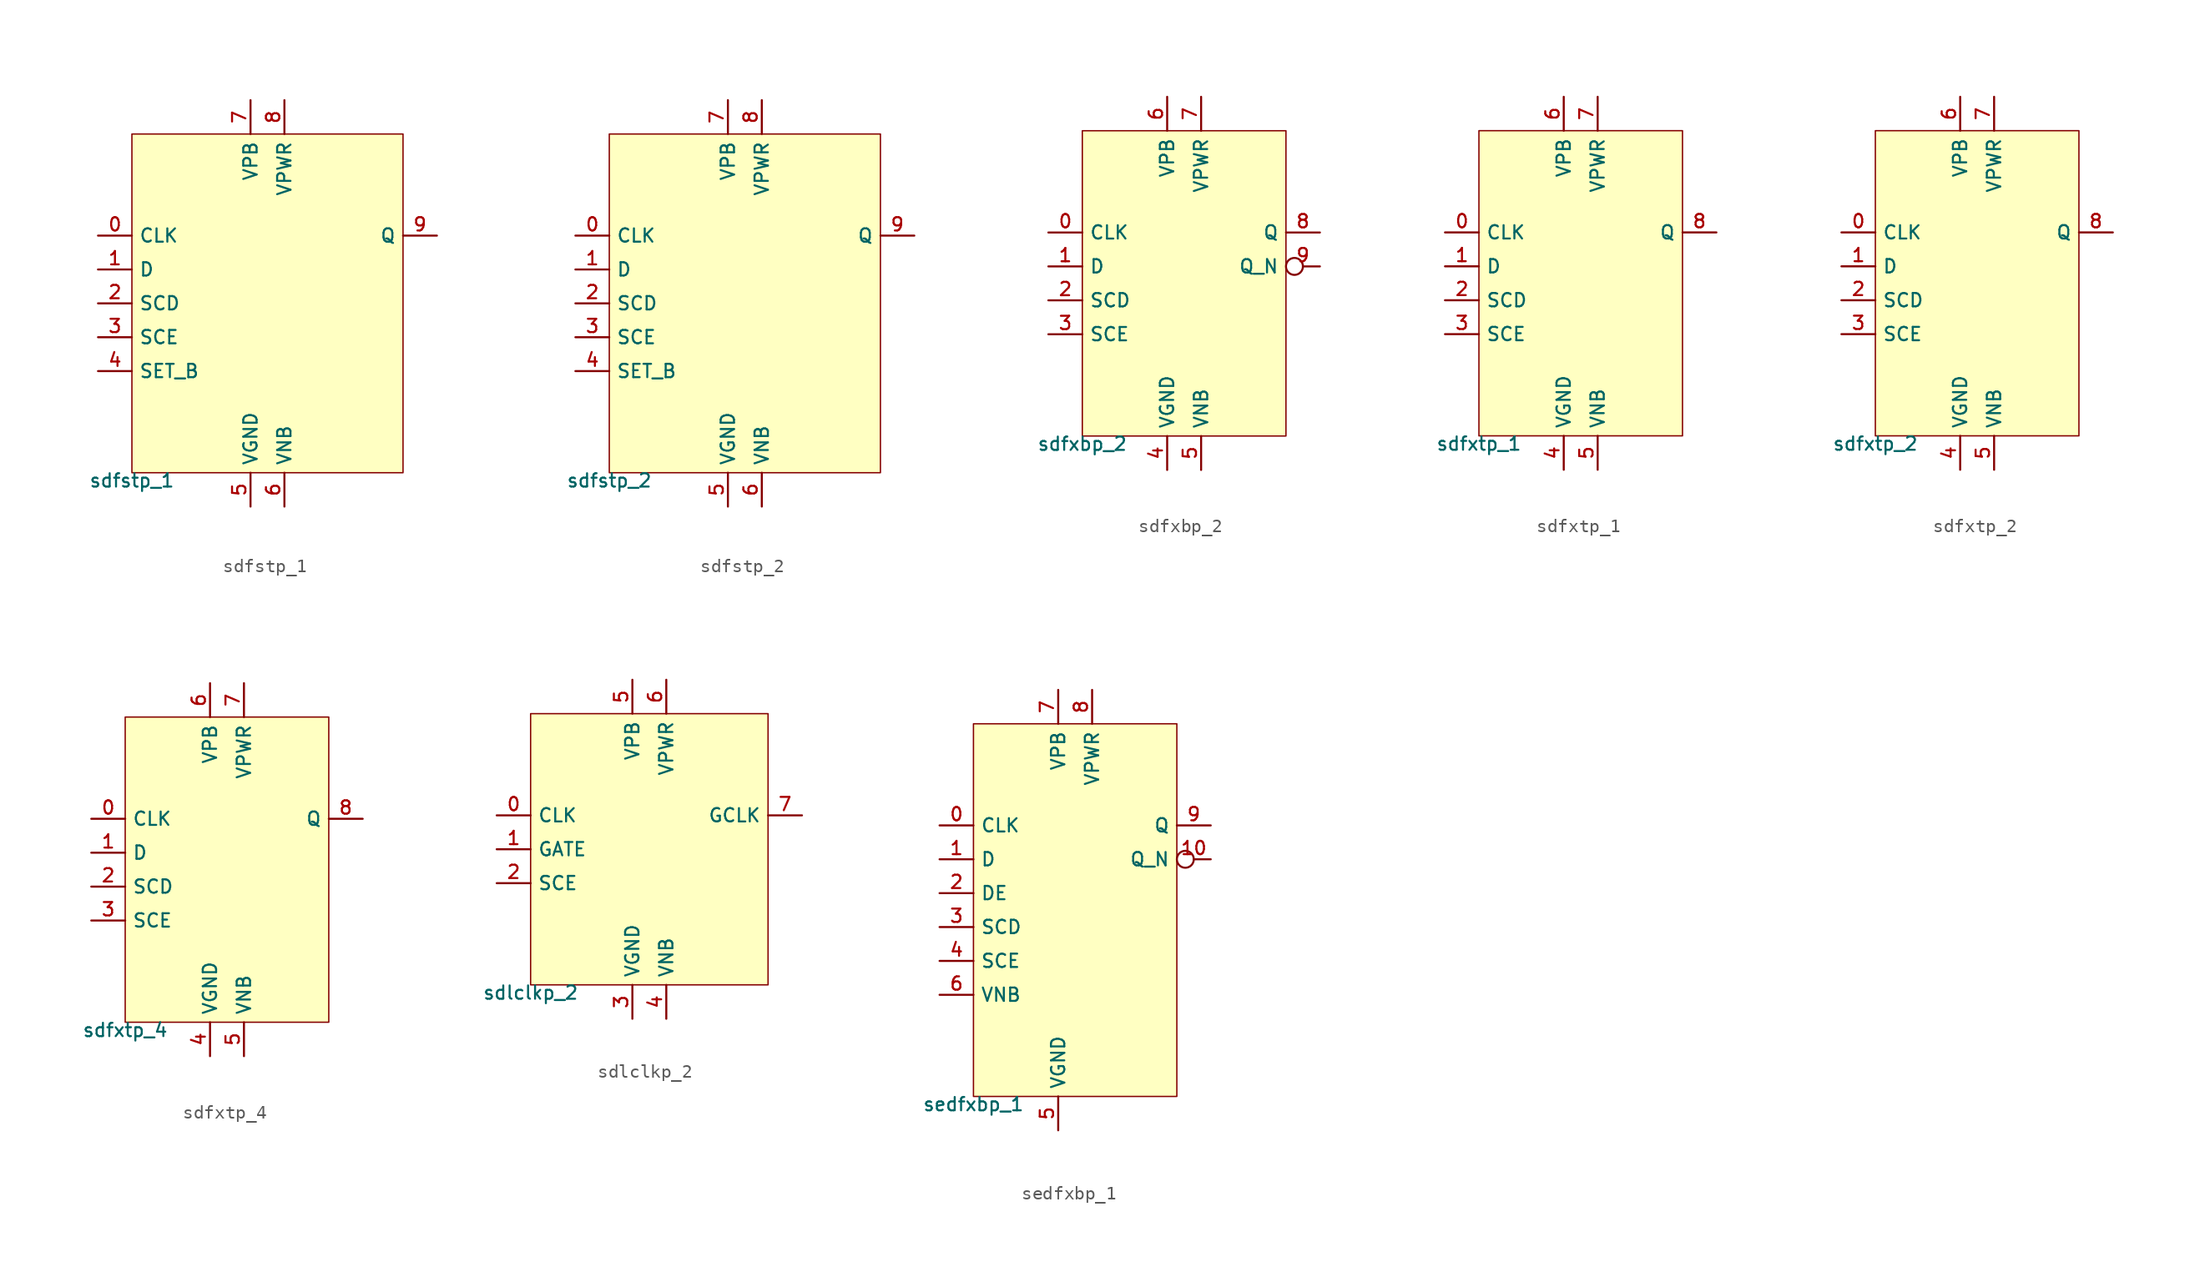
<source format=kicad_sym>
(kicad_symbol_lib
  (version 20211014)
  (generator lef2kicad_sym)
  (symbol "sdfstp_1"
    (property "Reference" "CELL"
      (at 0 0 0)
      (effects (font (size 1 1)) hide))
    (property "Value" "sdfstp_1"
      (at -10.16 -12.7 0)
      (effects (font (size 1 1)) (justify top)))
    (rectangle
      (start -10.16 -12.7)
      (end 10.16 12.7)
      (stroke (width 0.1) (type solid) (color 0 0 0 0))
      (fill (type background)))
    (pin input line
      (at -12.7 5.08 0)
      (length 2.54)
      (name "CLK" (effects (font (size 1 1)) hide))
      (number "0" (effects (font (size 1 1)) hide)))
    (pin input line
      (at -12.7 2.54 0)
      (length 2.54)
      (name "D" (effects (font (size 1 1)) hide))
      (number "1" (effects (font (size 1 1)) hide)))
    (pin input line
      (at -12.7 -8.881784197001252e-16 0)
      (length 2.54)
      (name "SCD" (effects (font (size 1 1)) hide))
      (number "2" (effects (font (size 1 1)) hide)))
    (pin input line
      (at -12.7 -2.54 0)
      (length 2.54)
      (name "SCE" (effects (font (size 1 1)) hide))
      (number "3" (effects (font (size 1 1)) hide)))
    (pin input line
      (at -12.7 -5.08 0)
      (length 2.54)
      (name "SET_B" (effects (font (size 1 1)) hide))
      (number "4" (effects (font (size 1 1)) hide)))
    (pin power_in line
      (at -1.27 -15.24 90)
      (length 2.54)
      (name "VGND" (effects (font (size 1 1)) hide))
      (number "5" (effects (font (size 1 1)) hide)))
    (pin power_in line
      (at 1.27 -15.24 90)
      (length 2.54)
      (name "VNB" (effects (font (size 1 1)) hide))
      (number "6" (effects (font (size 1 1)) hide)))
    (pin power_in line
      (at -1.27 15.24 270)
      (length 2.54)
      (name "VPB" (effects (font (size 1 1)) hide))
      (number "7" (effects (font (size 1 1)) hide)))
    (pin power_in line
      (at 1.27 15.24 270)
      (length 2.54)
      (name "VPWR" (effects (font (size 1 1)) hide))
      (number "8" (effects (font (size 1 1)) hide)))
    (pin output line
      (at 12.7 5.08 180)
      (length 2.54)
      (name "Q" (effects (font (size 1 1)) hide))
      (number "9" (effects (font (size 1 1)) hide))))
  (symbol "sdfstp_2"
    (property "Reference" "CELL"
      (at 0 0 0)
      (effects (font (size 1 1)) hide))
    (property "Value" "sdfstp_2"
      (at -10.16 -12.7 0)
      (effects (font (size 1 1)) (justify top)))
    (rectangle
      (start -10.16 -12.7)
      (end 10.16 12.7)
      (stroke (width 0.1) (type solid) (color 0 0 0 0))
      (fill (type background)))
    (pin input line
      (at -12.7 5.08 0)
      (length 2.54)
      (name "CLK" (effects (font (size 1 1)) hide))
      (number "0" (effects (font (size 1 1)) hide)))
    (pin input line
      (at -12.7 2.54 0)
      (length 2.54)
      (name "D" (effects (font (size 1 1)) hide))
      (number "1" (effects (font (size 1 1)) hide)))
    (pin input line
      (at -12.7 -8.881784197001252e-16 0)
      (length 2.54)
      (name "SCD" (effects (font (size 1 1)) hide))
      (number "2" (effects (font (size 1 1)) hide)))
    (pin input line
      (at -12.7 -2.54 0)
      (length 2.54)
      (name "SCE" (effects (font (size 1 1)) hide))
      (number "3" (effects (font (size 1 1)) hide)))
    (pin input line
      (at -12.7 -5.08 0)
      (length 2.54)
      (name "SET_B" (effects (font (size 1 1)) hide))
      (number "4" (effects (font (size 1 1)) hide)))
    (pin power_in line
      (at -1.27 -15.24 90)
      (length 2.54)
      (name "VGND" (effects (font (size 1 1)) hide))
      (number "5" (effects (font (size 1 1)) hide)))
    (pin power_in line
      (at 1.27 -15.24 90)
      (length 2.54)
      (name "VNB" (effects (font (size 1 1)) hide))
      (number "6" (effects (font (size 1 1)) hide)))
    (pin power_in line
      (at -1.27 15.24 270)
      (length 2.54)
      (name "VPB" (effects (font (size 1 1)) hide))
      (number "7" (effects (font (size 1 1)) hide)))
    (pin power_in line
      (at 1.27 15.24 270)
      (length 2.54)
      (name "VPWR" (effects (font (size 1 1)) hide))
      (number "8" (effects (font (size 1 1)) hide)))
    (pin output line
      (at 12.7 5.08 180)
      (length 2.54)
      (name "Q" (effects (font (size 1 1)) hide))
      (number "9" (effects (font (size 1 1)) hide))))
  (symbol "sdfxbp_2"
    (property "Reference" "CELL"
      (at 0 0 0)
      (effects (font (size 1 1)) hide))
    (property "Value" "sdfxbp_2"
      (at -7.62 -11.43 0)
      (effects (font (size 1 1)) (justify top)))
    (rectangle
      (start -7.62 -11.43)
      (end 7.62 11.43)
      (stroke (width 0.1) (type solid) (color 0 0 0 0))
      (fill (type background)))
    (pin input line
      (at -10.16 3.81 0)
      (length 2.54)
      (name "CLK" (effects (font (size 1 1)) hide))
      (number "0" (effects (font (size 1 1)) hide)))
    (pin input line
      (at -10.16 1.27 0)
      (length 2.54)
      (name "D" (effects (font (size 1 1)) hide))
      (number "1" (effects (font (size 1 1)) hide)))
    (pin input line
      (at -10.16 -1.27 0)
      (length 2.54)
      (name "SCD" (effects (font (size 1 1)) hide))
      (number "2" (effects (font (size 1 1)) hide)))
    (pin input line
      (at -10.16 -3.81 0)
      (length 2.54)
      (name "SCE" (effects (font (size 1 1)) hide))
      (number "3" (effects (font (size 1 1)) hide)))
    (pin power_in line
      (at -1.27 -13.97 90)
      (length 2.54)
      (name "VGND" (effects (font (size 1 1)) hide))
      (number "4" (effects (font (size 1 1)) hide)))
    (pin power_in line
      (at 1.27 -13.97 90)
      (length 2.54)
      (name "VNB" (effects (font (size 1 1)) hide))
      (number "5" (effects (font (size 1 1)) hide)))
    (pin power_in line
      (at -1.27 13.97 270)
      (length 2.54)
      (name "VPB" (effects (font (size 1 1)) hide))
      (number "6" (effects (font (size 1 1)) hide)))
    (pin power_in line
      (at 1.27 13.97 270)
      (length 2.54)
      (name "VPWR" (effects (font (size 1 1)) hide))
      (number "7" (effects (font (size 1 1)) hide)))
    (pin output line
      (at 10.16 3.81 180)
      (length 2.54)
      (name "Q" (effects (font (size 1 1)) hide))
      (number "8" (effects (font (size 1 1)) hide)))
    (pin output inverted
      (at 10.16 1.27 180)
      (length 2.54)
      (name "Q_N" (effects (font (size 1 1)) hide))
      (number "9" (effects (font (size 1 1)) hide))))
  (symbol "sdfxtp_1"
    (property "Reference" "CELL"
      (at 0 0 0)
      (effects (font (size 1 1)) hide))
    (property "Value" "sdfxtp_1"
      (at -7.62 -11.43 0)
      (effects (font (size 1 1)) (justify top)))
    (rectangle
      (start -7.62 -11.43)
      (end 7.62 11.43)
      (stroke (width 0.1) (type solid) (color 0 0 0 0))
      (fill (type background)))
    (pin input line
      (at -10.16 3.81 0)
      (length 2.54)
      (name "CLK" (effects (font (size 1 1)) hide))
      (number "0" (effects (font (size 1 1)) hide)))
    (pin input line
      (at -10.16 1.27 0)
      (length 2.54)
      (name "D" (effects (font (size 1 1)) hide))
      (number "1" (effects (font (size 1 1)) hide)))
    (pin input line
      (at -10.16 -1.27 0)
      (length 2.54)
      (name "SCD" (effects (font (size 1 1)) hide))
      (number "2" (effects (font (size 1 1)) hide)))
    (pin input line
      (at -10.16 -3.81 0)
      (length 2.54)
      (name "SCE" (effects (font (size 1 1)) hide))
      (number "3" (effects (font (size 1 1)) hide)))
    (pin power_in line
      (at -1.27 -13.97 90)
      (length 2.54)
      (name "VGND" (effects (font (size 1 1)) hide))
      (number "4" (effects (font (size 1 1)) hide)))
    (pin power_in line
      (at 1.27 -13.97 90)
      (length 2.54)
      (name "VNB" (effects (font (size 1 1)) hide))
      (number "5" (effects (font (size 1 1)) hide)))
    (pin power_in line
      (at -1.27 13.97 270)
      (length 2.54)
      (name "VPB" (effects (font (size 1 1)) hide))
      (number "6" (effects (font (size 1 1)) hide)))
    (pin power_in line
      (at 1.27 13.97 270)
      (length 2.54)
      (name "VPWR" (effects (font (size 1 1)) hide))
      (number "7" (effects (font (size 1 1)) hide)))
    (pin output line
      (at 10.16 3.81 180)
      (length 2.54)
      (name "Q" (effects (font (size 1 1)) hide))
      (number "8" (effects (font (size 1 1)) hide))))
  (symbol "sdfxtp_2"
    (property "Reference" "CELL"
      (at 0 0 0)
      (effects (font (size 1 1)) hide))
    (property "Value" "sdfxtp_2"
      (at -7.62 -11.43 0)
      (effects (font (size 1 1)) (justify top)))
    (rectangle
      (start -7.62 -11.43)
      (end 7.62 11.43)
      (stroke (width 0.1) (type solid) (color 0 0 0 0))
      (fill (type background)))
    (pin input line
      (at -10.16 3.81 0)
      (length 2.54)
      (name "CLK" (effects (font (size 1 1)) hide))
      (number "0" (effects (font (size 1 1)) hide)))
    (pin input line
      (at -10.16 1.27 0)
      (length 2.54)
      (name "D" (effects (font (size 1 1)) hide))
      (number "1" (effects (font (size 1 1)) hide)))
    (pin input line
      (at -10.16 -1.27 0)
      (length 2.54)
      (name "SCD" (effects (font (size 1 1)) hide))
      (number "2" (effects (font (size 1 1)) hide)))
    (pin input line
      (at -10.16 -3.81 0)
      (length 2.54)
      (name "SCE" (effects (font (size 1 1)) hide))
      (number "3" (effects (font (size 1 1)) hide)))
    (pin power_in line
      (at -1.27 -13.97 90)
      (length 2.54)
      (name "VGND" (effects (font (size 1 1)) hide))
      (number "4" (effects (font (size 1 1)) hide)))
    (pin power_in line
      (at 1.27 -13.97 90)
      (length 2.54)
      (name "VNB" (effects (font (size 1 1)) hide))
      (number "5" (effects (font (size 1 1)) hide)))
    (pin power_in line
      (at -1.27 13.97 270)
      (length 2.54)
      (name "VPB" (effects (font (size 1 1)) hide))
      (number "6" (effects (font (size 1 1)) hide)))
    (pin power_in line
      (at 1.27 13.97 270)
      (length 2.54)
      (name "VPWR" (effects (font (size 1 1)) hide))
      (number "7" (effects (font (size 1 1)) hide)))
    (pin output line
      (at 10.16 3.81 180)
      (length 2.54)
      (name "Q" (effects (font (size 1 1)) hide))
      (number "8" (effects (font (size 1 1)) hide))))
  (symbol "sdfxtp_4"
    (property "Reference" "CELL"
      (at 0 0 0)
      (effects (font (size 1 1)) hide))
    (property "Value" "sdfxtp_4"
      (at -7.62 -11.43 0)
      (effects (font (size 1 1)) (justify top)))
    (rectangle
      (start -7.62 -11.43)
      (end 7.62 11.43)
      (stroke (width 0.1) (type solid) (color 0 0 0 0))
      (fill (type background)))
    (pin input line
      (at -10.16 3.81 0)
      (length 2.54)
      (name "CLK" (effects (font (size 1 1)) hide))
      (number "0" (effects (font (size 1 1)) hide)))
    (pin input line
      (at -10.16 1.27 0)
      (length 2.54)
      (name "D" (effects (font (size 1 1)) hide))
      (number "1" (effects (font (size 1 1)) hide)))
    (pin input line
      (at -10.16 -1.27 0)
      (length 2.54)
      (name "SCD" (effects (font (size 1 1)) hide))
      (number "2" (effects (font (size 1 1)) hide)))
    (pin input line
      (at -10.16 -3.81 0)
      (length 2.54)
      (name "SCE" (effects (font (size 1 1)) hide))
      (number "3" (effects (font (size 1 1)) hide)))
    (pin power_in line
      (at -1.27 -13.97 90)
      (length 2.54)
      (name "VGND" (effects (font (size 1 1)) hide))
      (number "4" (effects (font (size 1 1)) hide)))
    (pin power_in line
      (at 1.27 -13.97 90)
      (length 2.54)
      (name "VNB" (effects (font (size 1 1)) hide))
      (number "5" (effects (font (size 1 1)) hide)))
    (pin power_in line
      (at -1.27 13.97 270)
      (length 2.54)
      (name "VPB" (effects (font (size 1 1)) hide))
      (number "6" (effects (font (size 1 1)) hide)))
    (pin power_in line
      (at 1.27 13.97 270)
      (length 2.54)
      (name "VPWR" (effects (font (size 1 1)) hide))
      (number "7" (effects (font (size 1 1)) hide)))
    (pin output line
      (at 10.16 3.81 180)
      (length 2.54)
      (name "Q" (effects (font (size 1 1)) hide))
      (number "8" (effects (font (size 1 1)) hide))))
  (symbol "sdlclkp_2"
    (property "Reference" "CELL"
      (at 0 0 0)
      (effects (font (size 1 1)) hide))
    (property "Value" "sdlclkp_2"
      (at -8.89 -10.16 0)
      (effects (font (size 1 1)) (justify top)))
    (rectangle
      (start -8.89 -10.16)
      (end 8.89 10.16)
      (stroke (width 0.1) (type solid) (color 0 0 0 0))
      (fill (type background)))
    (pin input line
      (at -11.43 2.54 0)
      (length 2.54)
      (name "CLK" (effects (font (size 1 1)) hide))
      (number "0" (effects (font (size 1 1)) hide)))
    (pin input line
      (at -11.43 0.0 0)
      (length 2.54)
      (name "GATE" (effects (font (size 1 1)) hide))
      (number "1" (effects (font (size 1 1)) hide)))
    (pin input line
      (at -11.43 -2.54 0)
      (length 2.54)
      (name "SCE" (effects (font (size 1 1)) hide))
      (number "2" (effects (font (size 1 1)) hide)))
    (pin power_in line
      (at -1.27 -12.7 90)
      (length 2.54)
      (name "VGND" (effects (font (size 1 1)) hide))
      (number "3" (effects (font (size 1 1)) hide)))
    (pin power_in line
      (at 1.27 -12.7 90)
      (length 2.54)
      (name "VNB" (effects (font (size 1 1)) hide))
      (number "4" (effects (font (size 1 1)) hide)))
    (pin power_in line
      (at -1.27 12.7 270)
      (length 2.54)
      (name "VPB" (effects (font (size 1 1)) hide))
      (number "5" (effects (font (size 1 1)) hide)))
    (pin power_in line
      (at 1.27 12.7 270)
      (length 2.54)
      (name "VPWR" (effects (font (size 1 1)) hide))
      (number "6" (effects (font (size 1 1)) hide)))
    (pin output line
      (at 11.43 2.54 180)
      (length 2.54)
      (name "GCLK" (effects (font (size 1 1)) hide))
      (number "7" (effects (font (size 1 1)) hide))))
  (symbol "sedfxbp_1"
    (property "Reference" "CELL"
      (at 0 0 0)
      (effects (font (size 1 1)) hide))
    (property "Value" "sedfxbp_1"
      (at -7.62 -13.97 0)
      (effects (font (size 1 1)) (justify top)))
    (rectangle
      (start -7.62 -13.97)
      (end 7.62 13.97)
      (stroke (width 0.1) (type solid) (color 0 0 0 0))
      (fill (type background)))
    (pin input line
      (at -10.16 6.35 0)
      (length 2.54)
      (name "CLK" (effects (font (size 1 1)) hide))
      (number "0" (effects (font (size 1 1)) hide)))
    (pin input line
      (at -10.16 3.81 0)
      (length 2.54)
      (name "D" (effects (font (size 1 1)) hide))
      (number "1" (effects (font (size 1 1)) hide)))
    (pin input line
      (at -10.16 1.27 0)
      (length 2.54)
      (name "DE" (effects (font (size 1 1)) hide))
      (number "2" (effects (font (size 1 1)) hide)))
    (pin input line
      (at -10.16 -1.27 0)
      (length 2.54)
      (name "SCD" (effects (font (size 1 1)) hide))
      (number "3" (effects (font (size 1 1)) hide)))
    (pin input line
      (at -10.16 -3.81 0)
      (length 2.54)
      (name "SCE" (effects (font (size 1 1)) hide))
      (number "4" (effects (font (size 1 1)) hide)))
    (pin power_in line
      (at -1.27 -16.51 90)
      (length 2.54)
      (name "VGND" (effects (font (size 1 1)) hide))
      (number "5" (effects (font (size 1 1)) hide)))
    (pin input line
      (at -10.16 -6.35 0)
      (length 2.54)
      (name "VNB" (effects (font (size 1 1)) hide))
      (number "6" (effects (font (size 1 1)) hide)))
    (pin power_in line
      (at -1.27 16.51 270)
      (length 2.54)
      (name "VPB" (effects (font (size 1 1)) hide))
      (number "7" (effects (font (size 1 1)) hide)))
    (pin power_in line
      (at 1.27 16.51 270)
      (length 2.54)
      (name "VPWR" (effects (font (size 1 1)) hide))
      (number "8" (effects (font (size 1 1)) hide)))
    (pin output line
      (at 10.16 6.35 180)
      (length 2.54)
      (name "Q" (effects (font (size 1 1)) hide))
      (number "9" (effects (font (size 1 1)) hide)))
    (pin output inverted
      (at 10.16 3.81 180)
      (length 2.54)
      (name "Q_N" (effects (font (size 1 1)) hide))
      (number "10" (effects (font (size 1 1)) hide)))))
</source>
